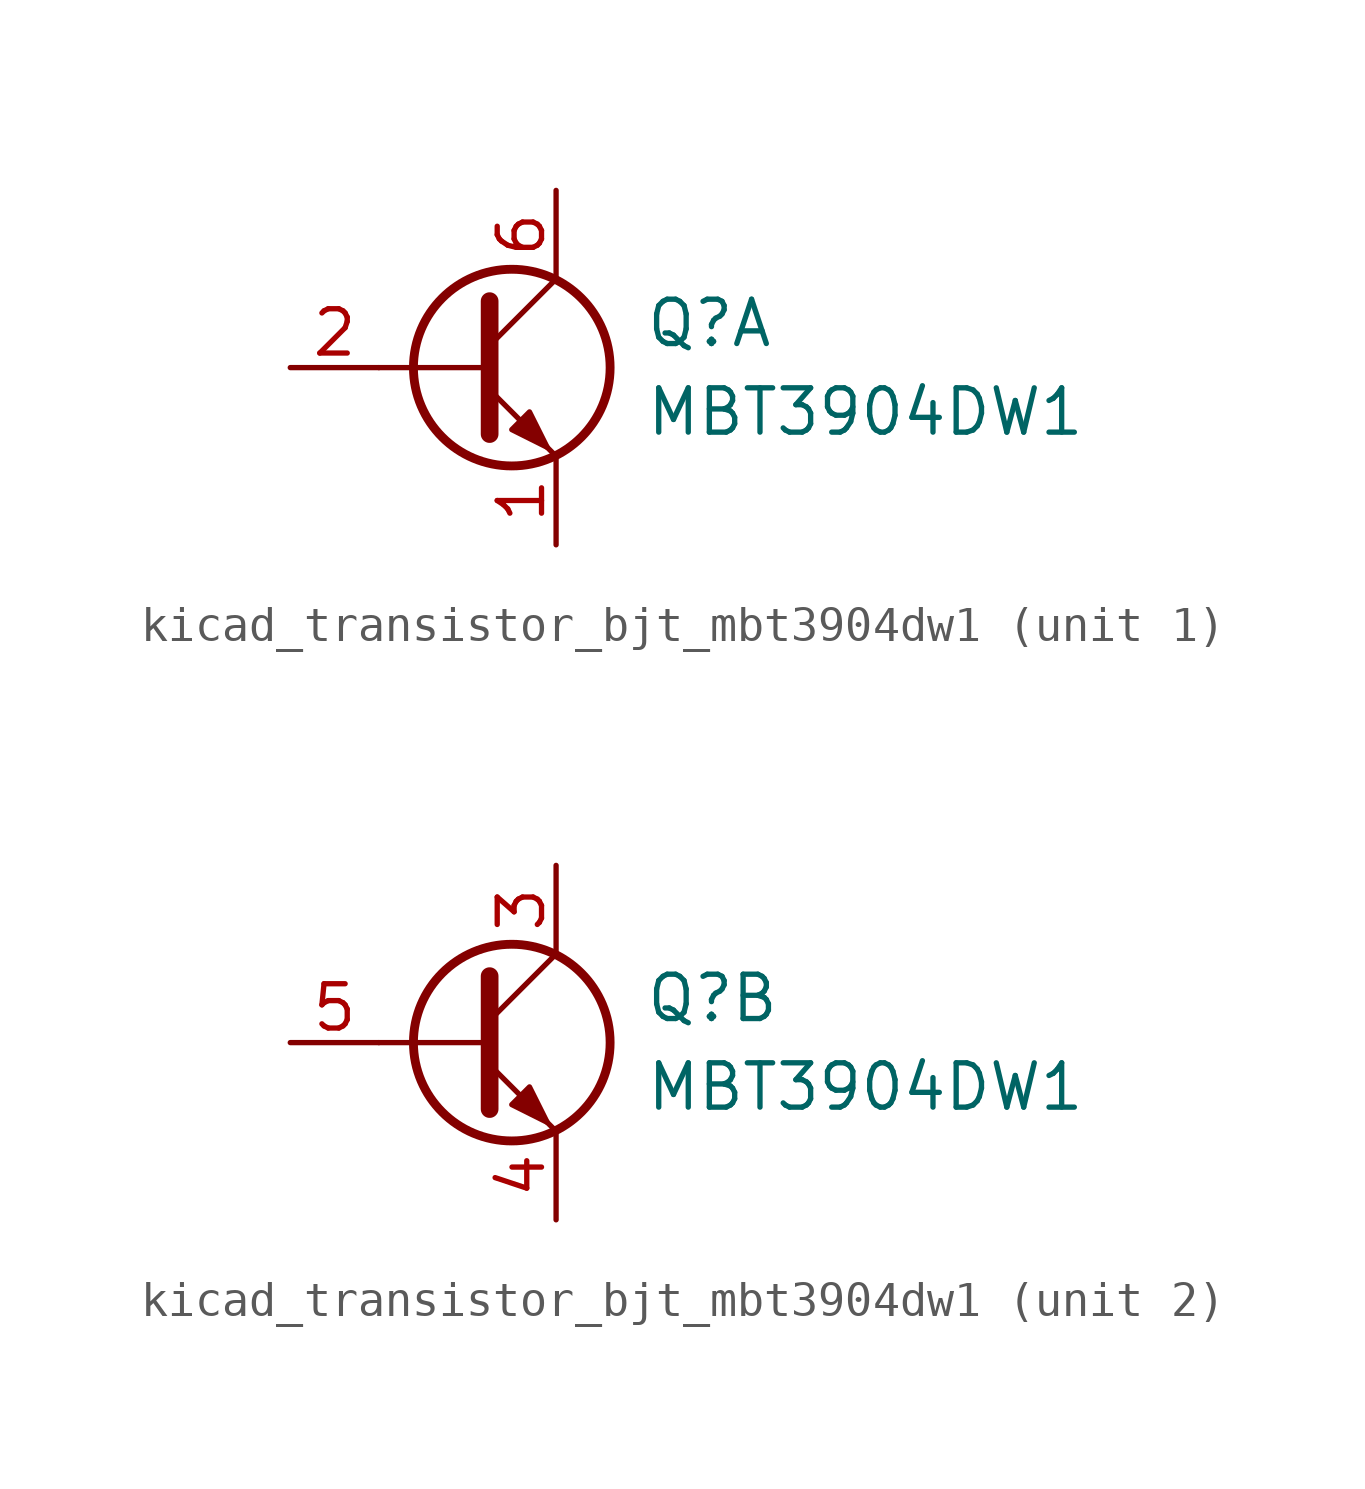
<source format=kicad_sym>
(kicad_symbol_lib
  (version 20220914)
  (generator kicad_symbol_editor)
  (symbol "kicad_transistor_bjt_mbt3904dw1"
    (pin_names
      (offset 0) hide)
    (property "Reference" "Q"
      (at 5.08 1.27 0)
      (effects (font (size 1.27 1.27)) (justify left)))
    (property "Value" "MBT3904DW1"
      (at 5.08 -1.27 0)
      (effects (font (size 1.27 1.27)) (justify left)))
    (property "ki_locked" ""
      (at 0 0 0)
      (effects (font (size 1.27 1.27))))
    (symbol "kicad_transistor_bjt_mbt3904dw1_0_1"
      (polyline (pts (xy 0.635 0) (xy -2.54 0)) (stroke (width 0) (type default)) (fill (type none)))
      (polyline (pts (xy 0.635 0.635) (xy 2.54 2.54)) (stroke (width 0) (type default)) (fill (type none)))
      (polyline (pts (xy 0.635 -0.635) (xy 2.54 -2.54) (xy 2.54 -2.54)) (stroke (width 0) (type default)) (fill (type none)))
      (polyline (pts (xy 0.635 1.905) (xy 0.635 -1.905) (xy 0.635 -1.905)) (stroke (width 0.508) (type default)) (fill (type none)))
      (polyline (pts (xy 1.27 -1.778) (xy 1.778 -1.27) (xy 2.286 -2.286) (xy 1.27 -1.778) (xy 1.27 -1.778)) (stroke (width 0) (type default)) (fill (type outline)))
      (circle (center 1.27 0) (radius 2.819) (stroke (width 0.254) (type default)) (fill (type none))))
    (symbol "kicad_transistor_bjt_mbt3904dw1_1_1"
      (pin passive line (at 2.54 -5.08 90) (length 2.54) (name "E1" (effects (font (size 1.27 1.27)))) (number "1" (effects (font (size 1.27 1.27)))))
      (pin input line (at -5.08 0 0) (length 2.54) (name "B1" (effects (font (size 1.27 1.27)))) (number "2" (effects (font (size 1.27 1.27)))))
      (pin passive line (at 2.54 5.08 270) (length 2.54) (name "C1" (effects (font (size 1.27 1.27)))) (number "6" (effects (font (size 1.27 1.27))))))
    (symbol "kicad_transistor_bjt_mbt3904dw1_2_1"
      (pin passive line (at 2.54 5.08 270) (length 2.54) (name "C2" (effects (font (size 1.27 1.27)))) (number "3" (effects (font (size 1.27 1.27)))))
      (pin passive line (at 2.54 -5.08 90) (length 2.54) (name "E2" (effects (font (size 1.27 1.27)))) (number "4" (effects (font (size 1.27 1.27)))))
      (pin input line (at -5.08 0 0) (length 2.54) (name "B2" (effects (font (size 1.27 1.27)))) (number "5" (effects (font (size 1.27 1.27))))))))
</source>
